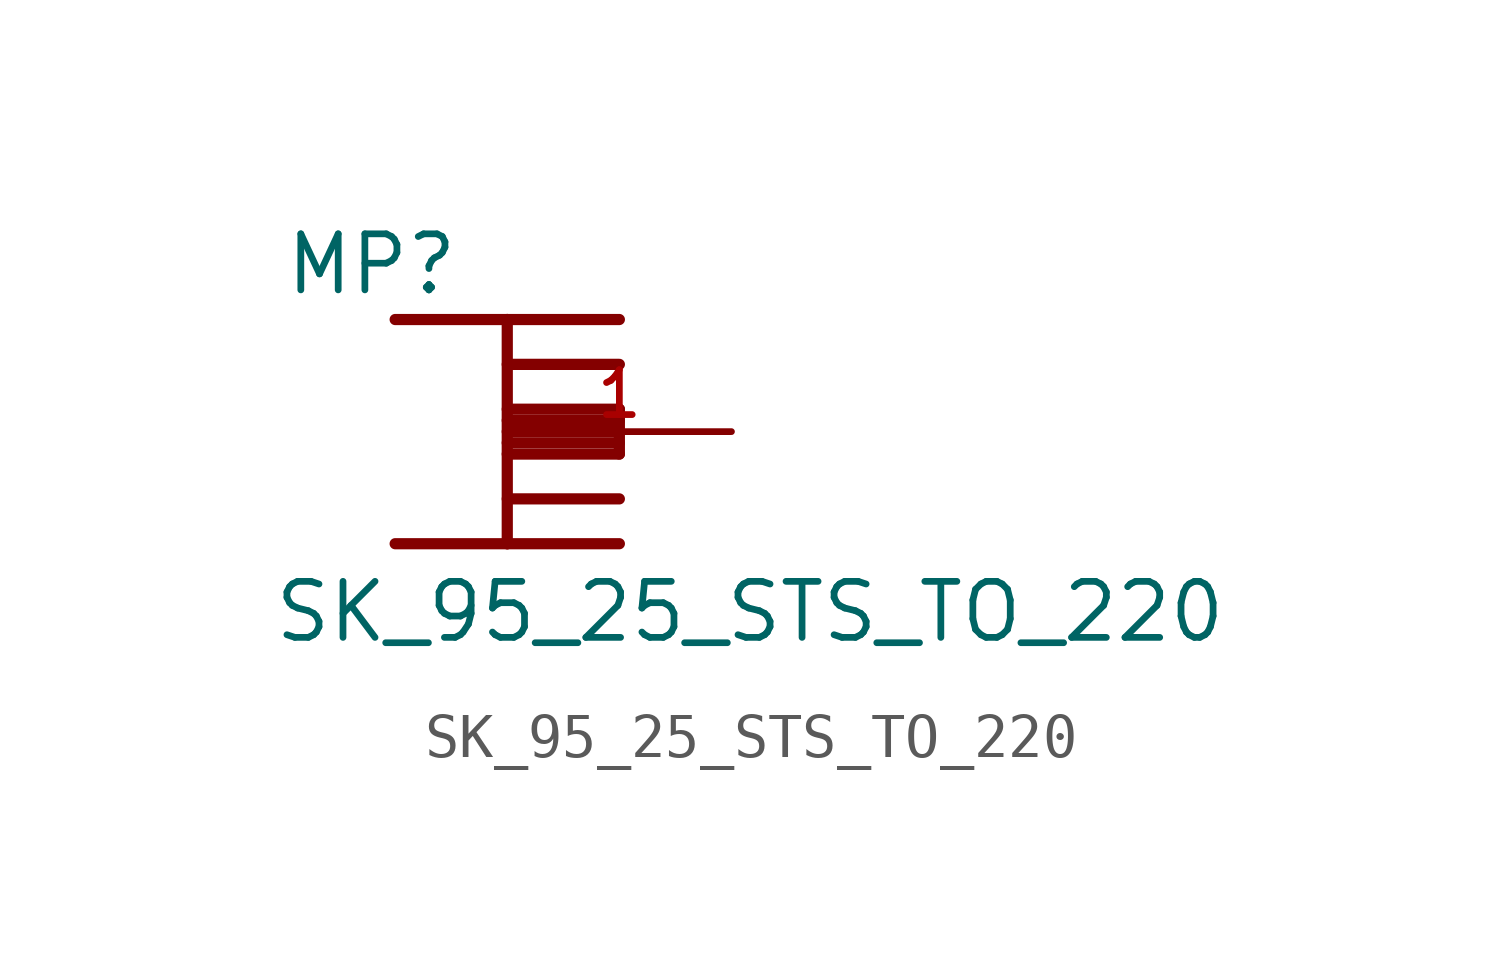
<source format=kicad_sym>
(kicad_symbol_lib
  (version 20211014)
  (generator kicad_symbol_editor)
  (symbol "SK_95_25_STS_TO_220"
    (pin_names
      (offset 1.016))
    (property "Reference" "MP"
      (at -5.08 3.048 0)
      (effects (font (size 1.27 1.27)) (justify bottom left)))
    (property "Value" "SK_95_25_STS_TO_220"
      (at -5.334 -4.826 0)
      (effects (font (size 1.27 1.27)) (justify bottom left)))
    (symbol "SK_95_25_STS_TO_220_0_0"
      (polyline (pts (xy 0.0 2.54) (xy 0.0 -2.54)) (stroke (width 0.254)))
      (polyline (pts (xy 0.0 -2.54) (xy -2.54 -2.54)) (stroke (width 0.254)))
      (polyline (pts (xy -2.54 2.54) (xy 0.0 2.54)) (stroke (width 0.254)))
      (polyline (pts (xy 0.0 2.54) (xy 2.54 2.54)) (stroke (width 0.254)))
      (polyline (pts (xy 0.0 -2.54) (xy 2.54 -2.54)) (stroke (width 0.254)))
      (polyline (pts (xy 0.0 -1.524) (xy 2.54 -1.524)) (stroke (width 0.254)))
      (polyline (pts (xy 0.0 1.524) (xy 2.54 1.524)) (stroke (width 0.254)))
      (polyline (pts (xy 0.0 -0.508) (xy 2.54 -0.508)) (stroke (width 0.254)))
      (polyline (pts (xy 0.0 0.508) (xy 2.54 0.508)) (stroke (width 0.254)))
      (polyline (pts (xy 0.0 0.254) (xy 2.54 0.254)) (stroke (width 0.254)))
      (polyline (pts (xy 0.0 0.0) (xy 2.54 0.0)) (stroke (width 0.254)))
      (polyline (pts (xy 0.0 -0.254) (xy 2.54 -0.254)) (stroke (width 0.254)))
      (polyline (pts (xy 2.54 0.508) (xy 2.54 -0.508)) (stroke (width 0.254)))
      (pin passive line (at 5.08 0.0 180.0) (length 5.08) (name "~" (effects (font (size 1.016 1.016)))) (number "1" (effects (font (size 1.016 1.016))))))))
</source>
